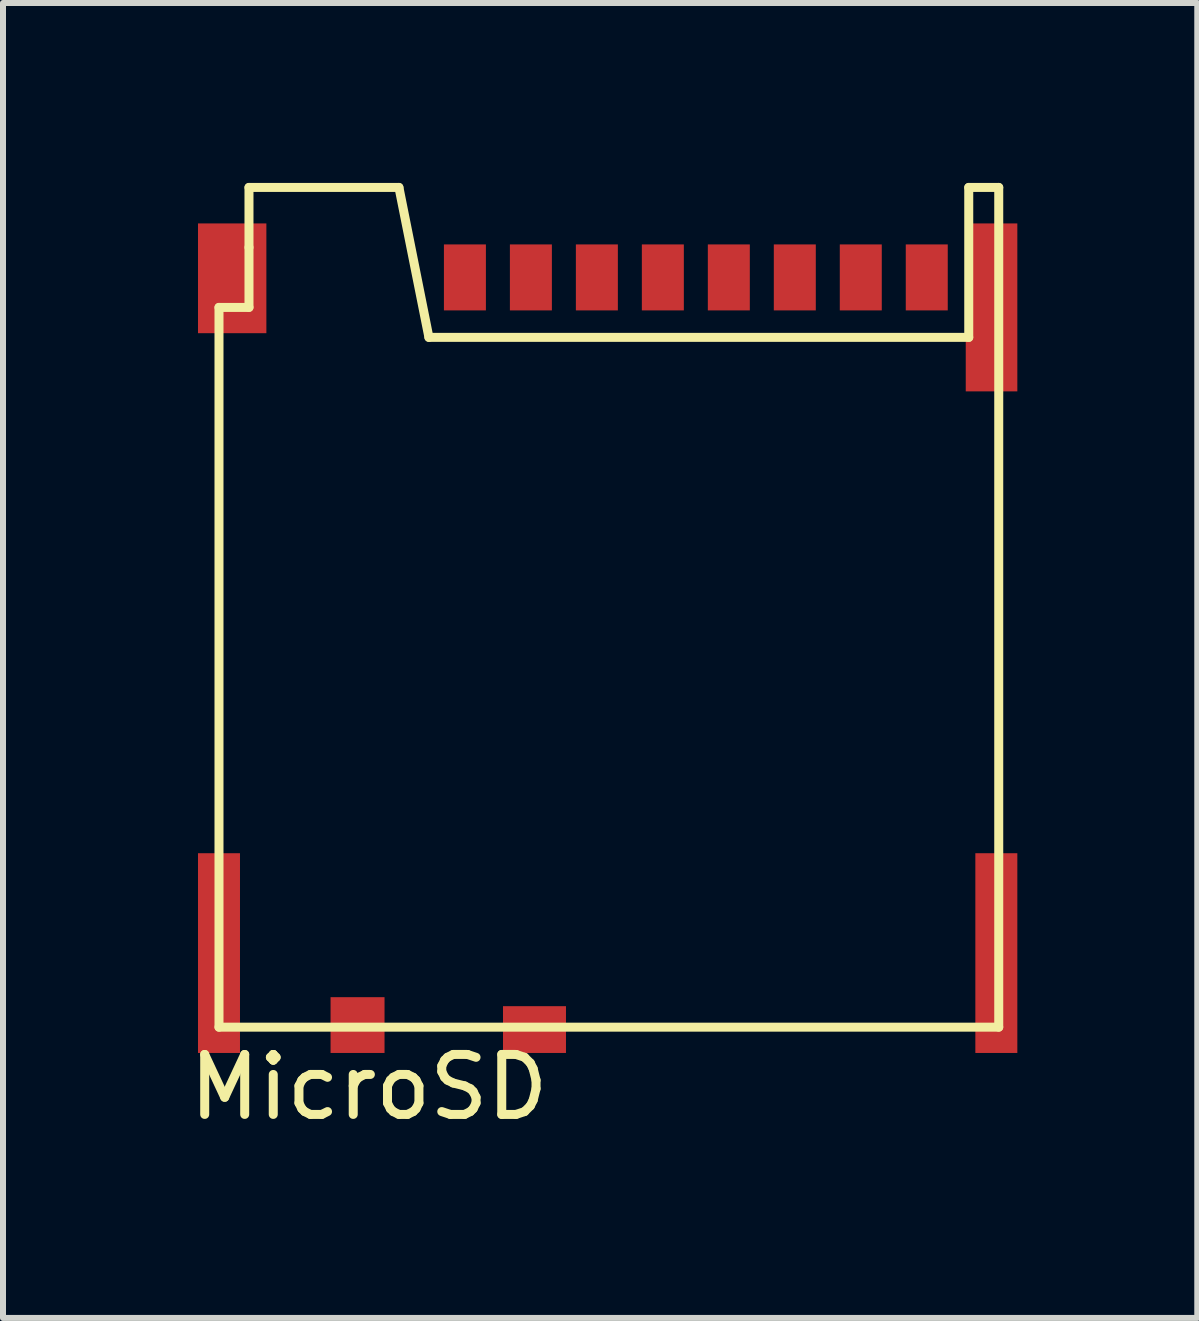
<source format=kicad_pcb>
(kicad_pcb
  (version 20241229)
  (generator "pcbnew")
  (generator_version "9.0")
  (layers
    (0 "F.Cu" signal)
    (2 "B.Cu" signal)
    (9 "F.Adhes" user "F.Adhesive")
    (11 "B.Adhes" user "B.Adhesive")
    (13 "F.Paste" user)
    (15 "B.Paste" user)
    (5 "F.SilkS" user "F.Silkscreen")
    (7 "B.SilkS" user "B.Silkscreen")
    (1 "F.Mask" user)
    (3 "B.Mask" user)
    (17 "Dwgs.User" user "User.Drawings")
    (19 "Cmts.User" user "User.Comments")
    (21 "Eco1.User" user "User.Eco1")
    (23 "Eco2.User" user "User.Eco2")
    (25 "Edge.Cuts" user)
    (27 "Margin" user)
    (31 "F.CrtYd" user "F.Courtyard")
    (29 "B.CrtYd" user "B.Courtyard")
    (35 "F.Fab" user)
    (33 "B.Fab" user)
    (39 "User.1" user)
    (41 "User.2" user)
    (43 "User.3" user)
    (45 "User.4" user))
  (footprint "MicroSD"
    (layer "F.Cu")
    (at 9.101 1.575)
    (property "Reference" "MicroSD" (at -6 13.5 0) (layer "F.SilkS") (effects (font (size 1 1) (thickness 0.15))))
    (attr through_hole)
    (fp_line (start -8.5 0.5) (end -8 0.5) (stroke (width 0.15) (type solid)) (layer "F.SilkS"))
    (fp_line (start -8.5 12.5) (end -8.5 0.5) (stroke (width 0.15) (type solid)) (layer "F.SilkS"))
    (fp_line (start -8 -1.5) (end -5.5 -1.5) (stroke (width 0.15) (type solid)) (layer "F.SilkS"))
    (fp_line (start -8 -0.5) (end -8 -1.5) (stroke (width 0.15) (type solid)) (layer "F.SilkS"))
    (fp_line (start -8 0.5) (end -8 -0.5) (stroke (width 0.15) (type solid)) (layer "F.SilkS"))
    (fp_line (start -5.5 -1.5) (end -5 1) (stroke (width 0.15) (type solid)) (layer "F.SilkS"))
    (fp_line (start -5 1) (end 4 1) (stroke (width 0.15) (type solid)) (layer "F.SilkS"))
    (fp_line (start 4 -1.5) (end 4.5 -1.5) (stroke (width 0.15) (type solid)) (layer "F.SilkS"))
    (fp_line (start 4 1) (end 4 -1.5) (stroke (width 0.15) (type solid)) (layer "F.SilkS"))
    (fp_line (start 4.5 -1.5) (end 4.5 12.5) (stroke (width 0.15) (type solid)) (layer "F.SilkS"))
    (fp_line (start 4.5 12.5) (end -8.5 12.5) (stroke (width 0.15) (type solid)) (layer "F.SilkS"))
    (pad "1" smd rect (at 3.3 0) (size 0.7 1.1) (layers "F.Cu" "F.Mask" "F.Paste"))
    (pad "2" smd rect (at 2.2 0) (size 0.7 1.1) (layers "F.Cu" "F.Mask" "F.Paste"))
    (pad "3" smd rect (at 1.1 0) (size 0.7 1.1) (layers "F.Cu" "F.Mask" "F.Paste"))
    (pad "4" smd rect (at 0 0) (size 0.7 1.1) (layers "F.Cu" "F.Mask" "F.Paste"))
    (pad "5" smd rect (at -1.1 0) (size 0.7 1.1) (layers "F.Cu" "F.Mask" "F.Paste"))
    (pad "6" smd rect (at -6.19 12.465) (size 0.9 0.93) (layers "F.Cu" "F.Mask" "F.Paste"))
    (pad "6" smd rect (at -2.2 0) (size 0.7 1.1) (layers "F.Cu" "F.Mask" "F.Paste"))
    (pad "7" smd rect (at -3.3 0) (size 0.7 1.1) (layers "F.Cu" "F.Mask" "F.Paste"))
    (pad "8" smd rect (at -4.4 0) (size 0.7 1.1) (layers "F.Cu" "F.Mask" "F.Paste"))
    (pad "9" smd rect (at -3.24 12.54) (size 1.05 0.78) (layers "F.Cu" "F.Mask" "F.Paste"))
    (pad "10" smd rect (at -8.5 11.265) (size 0.7 3.33) (layers "F.Cu" "F.Mask" "F.Paste"))
    (pad "10" smd rect (at -8.28 0.015) (size 1.14 1.83) (layers "F.Cu" "F.Mask" "F.Paste"))
    (pad "11" smd rect (at 4.38 0.5) (size 0.86 2.8) (layers "F.Cu" "F.Mask" "F.Paste"))
    (pad "11" smd rect (at 4.46 11.265) (size 0.7 3.33) (layers "F.Cu" "F.Mask" "F.Paste")))
  (gr_rect
    (start -3 -3)
    (end 16.911 18.923)
    (stroke (width 0.1) (type default))
    (fill no)
    (layer "Edge.Cuts")))
</source>
